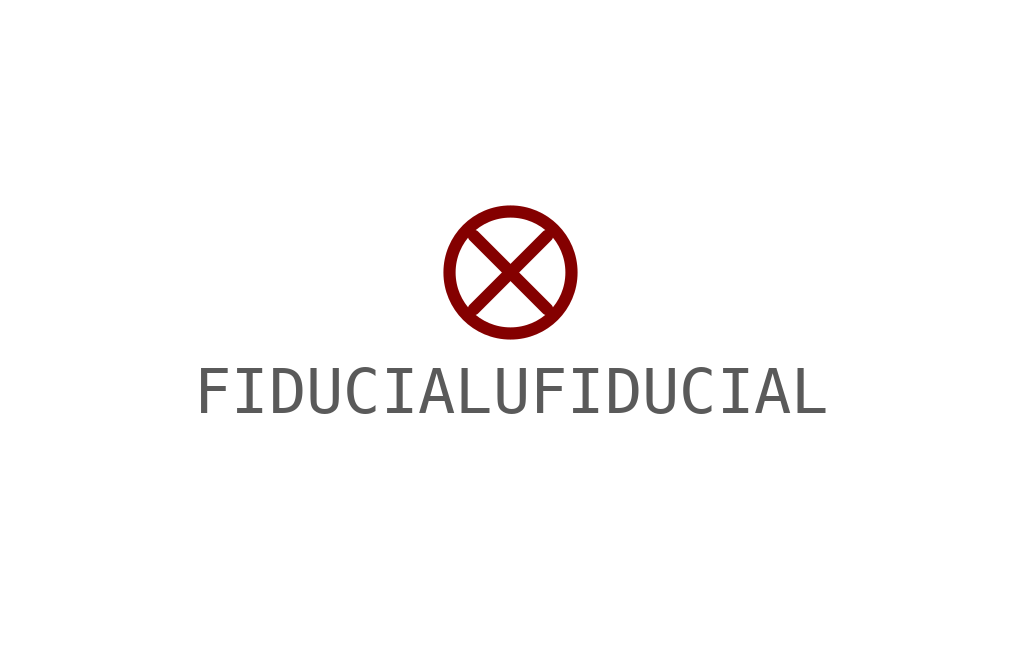
<source format=kicad_sym>
(kicad_symbol_lib
  (version 20211014)
  (generator kicad_symbol_editor)
  (symbol "FIDUCIALUFIDUCIAL"
    (property "Reference" "FD"
      (at 0 0 0)
      (effects (font (size 1.27 1.27)) hide))
    (property "ki_locked" ""
      (at 0 0 0)
      (effects (font (size 1.27 1.27))))
    (symbol "FIDUCIALUFIDUCIAL_1_0"
      (polyline (pts (xy -0.762 0.762) (xy 0.762 -0.762)) (stroke (width 0.254) (type default) (color 0 0 0 0)) (fill (type none)))
      (polyline (pts (xy 0.762 0.762) (xy -0.762 -0.762)) (stroke (width 0.254) (type default) (color 0 0 0 0)) (fill (type none)))
      (circle (center 0 0) (radius 1.27) (stroke (width 0.254) (type default) (color 0 0 0 0)) (fill (type none))))))
</source>
